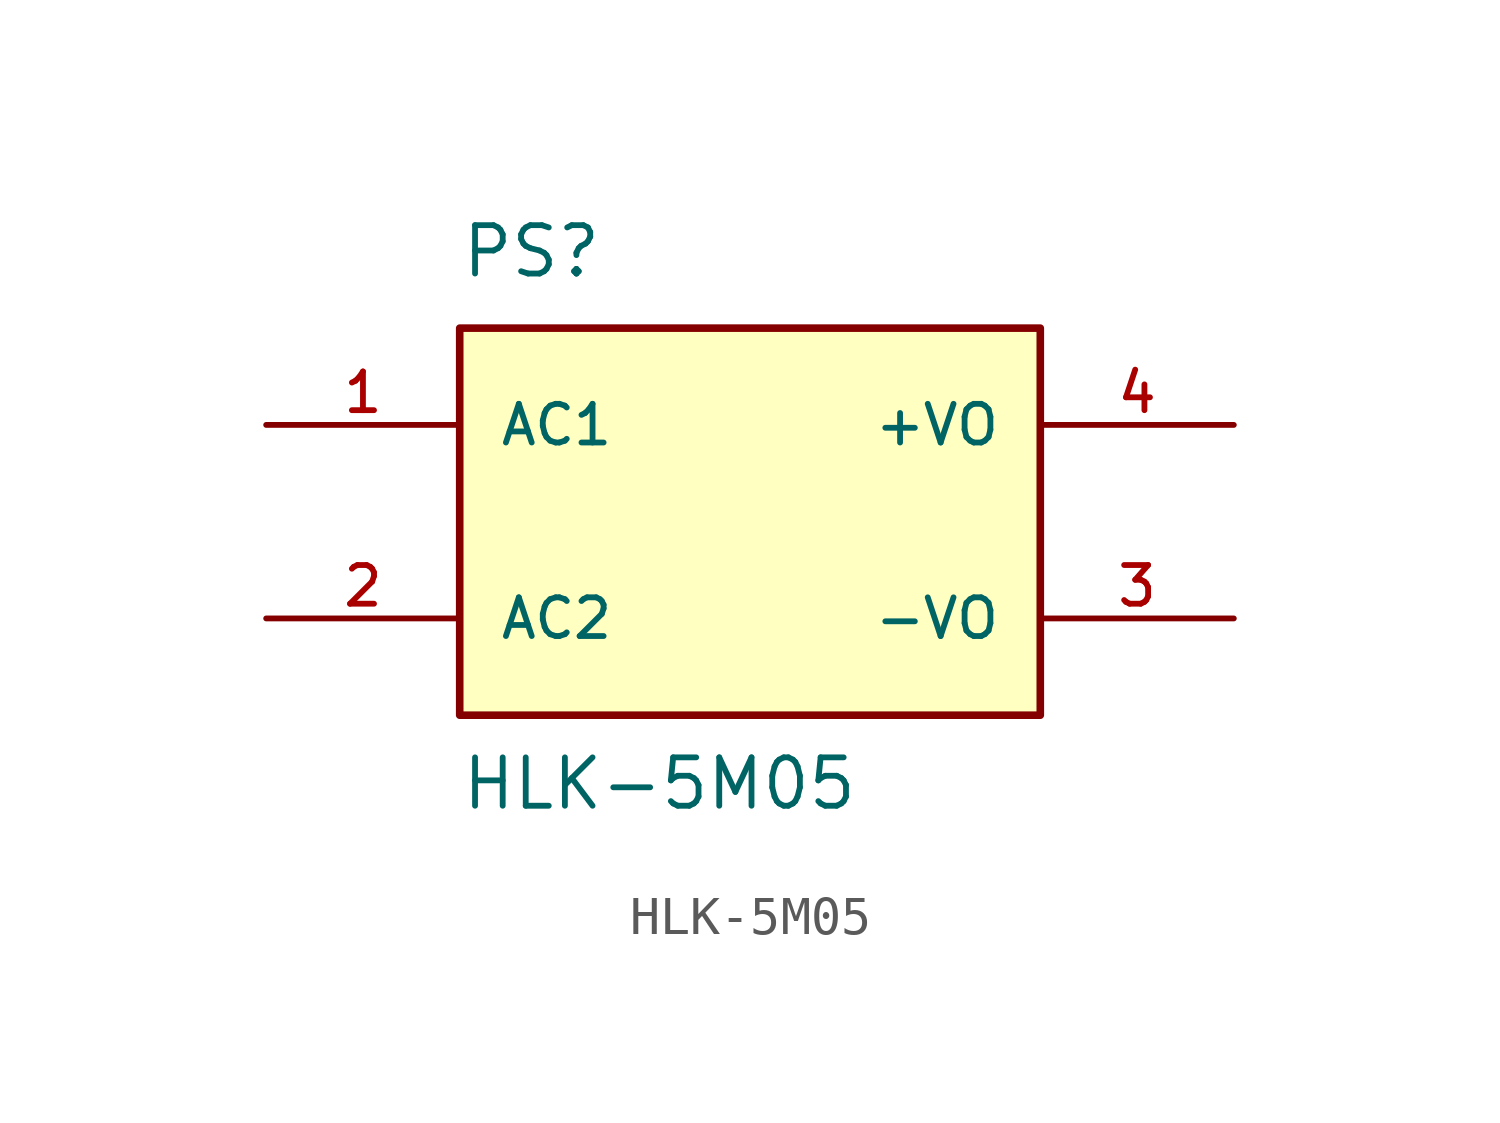
<source format=kicad_sym>
(kicad_symbol_lib
  (version 20211014)
  (generator kicad_symbol_editor)
  (symbol "HLK-5M05"
    (pin_names
      (offset 1.016))
    (property "Reference" "PS"
      (at -7.62 6.35 0)
      (effects (font (size 1.27 1.27)) (justify bottom left)))
    (property "Value" "HLK-5M05"
      (at -7.62 -7.62 0)
      (effects (font (size 1.27 1.27)) (justify bottom left)))
    (symbol "HLK-5M05_0_0"
      (rectangle (start -7.62 -5.08) (end 7.62 5.08) (stroke (width 0.2)) (fill (type background)))
      (pin input line (at -12.7 2.54 0) (length 5.08) (name "AC1" (effects (font (size 1.016 1.016)))) (number "1" (effects (font (size 1.016 1.016)))))
      (pin input line (at -12.7 -2.54 0) (length 5.08) (name "AC2" (effects (font (size 1.016 1.016)))) (number "2" (effects (font (size 1.016 1.016)))))
      (pin output line (at 12.7 -2.54 180.0) (length 5.08) (name "-VO" (effects (font (size 1.016 1.016)))) (number "3" (effects (font (size 1.016 1.016)))))
      (pin output line (at 12.7 2.54 180.0) (length 5.08) (name "+VO" (effects (font (size 1.016 1.016)))) (number "4" (effects (font (size 1.016 1.016))))))))
</source>
